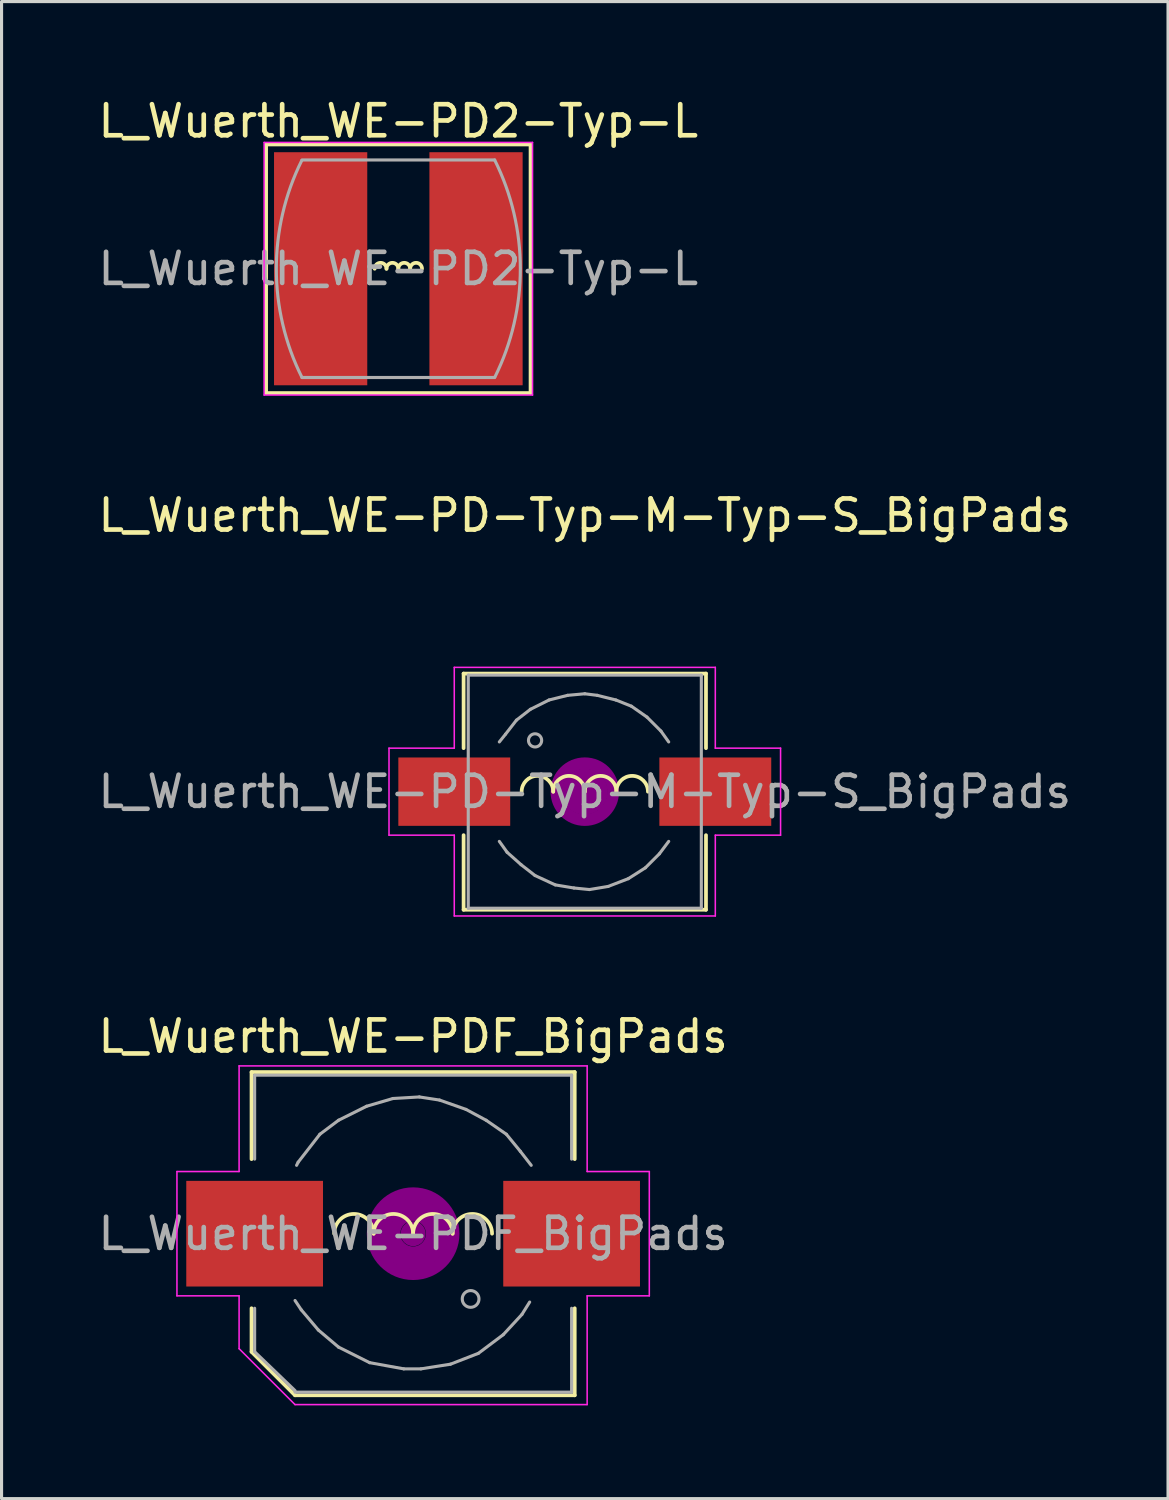
<source format=kicad_pcb>
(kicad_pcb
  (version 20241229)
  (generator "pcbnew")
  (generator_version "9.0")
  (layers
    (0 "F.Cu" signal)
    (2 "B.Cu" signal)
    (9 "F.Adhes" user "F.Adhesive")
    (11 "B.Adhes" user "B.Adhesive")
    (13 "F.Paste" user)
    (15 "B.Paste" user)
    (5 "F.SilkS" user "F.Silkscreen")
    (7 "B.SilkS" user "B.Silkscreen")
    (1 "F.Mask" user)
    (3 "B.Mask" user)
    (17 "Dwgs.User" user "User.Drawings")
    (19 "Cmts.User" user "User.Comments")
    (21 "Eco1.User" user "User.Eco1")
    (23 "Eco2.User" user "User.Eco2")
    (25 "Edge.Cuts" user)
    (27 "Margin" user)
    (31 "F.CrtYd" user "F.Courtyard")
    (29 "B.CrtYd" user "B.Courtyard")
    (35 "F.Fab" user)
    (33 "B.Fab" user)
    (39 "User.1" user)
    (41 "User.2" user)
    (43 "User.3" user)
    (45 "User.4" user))
  (footprint "L_Wuerth_WE-PD2-Typ-L"
    (layer "F.Cu")
    (at 9.768 5.598)
    (property "Reference" "L_Wuerth_WE-PD2-Typ-L" (at 0 -4.75 0) (layer "F.SilkS") (effects (font (size 1 1) (thickness 0.15))))
    (attr smd)
    (fp_line (start -4.255 -4) (end 4.255 -4) (stroke (width 0.12) (type solid)) (layer "F.SilkS"))
    (fp_line (start -4.255 4) (end -4.255 -4) (stroke (width 0.12) (type solid)) (layer "F.SilkS"))
    (fp_line (start 4.255 -4) (end 4.255 4) (stroke (width 0.12) (type solid)) (layer "F.SilkS"))
    (fp_line (start 4.255 4) (end -4.255 4) (stroke (width 0.12) (type solid)) (layer "F.SilkS"))
    (fp_arc (start -0.762 0) (mid -0.5715 -0.1905) (end -0.381 0) (stroke (width 0.12) (type solid)) (layer "F.SilkS"))
    (fp_arc (start -0.381 0) (mid -0.1905 -0.1905) (end 0 0) (stroke (width 0.12) (type solid)) (layer "F.SilkS"))
    (fp_arc (start 0 0) (mid 0.1905 -0.1905) (end 0.381 0) (stroke (width 0.12) (type solid)) (layer "F.SilkS"))
    (fp_arc (start 0.381 0) (mid 0.5715 -0.1905) (end 0.762 0) (stroke (width 0.12) (type solid)) (layer "F.SilkS"))
    (fp_line (start -4.318 -4.064) (end 4.318 -4.064) (stroke (width 0.05) (type solid)) (layer "F.CrtYd"))
    (fp_line (start -4.318 4.064) (end -4.318 -4.064) (stroke (width 0.05) (type solid)) (layer "F.CrtYd"))
    (fp_line (start 4.318 -4.064) (end 4.318 4.064) (stroke (width 0.05) (type solid)) (layer "F.CrtYd"))
    (fp_line (start 4.318 4.064) (end -4.318 4.064) (stroke (width 0.05) (type solid)) (layer "F.CrtYd"))
    (fp_line (start -3.1 3.5) (end 3.1 3.5) (stroke (width 0.1) (type solid)) (layer "F.Fab"))
    (fp_line (start 3.1 -3.5) (end -3.1 -3.5) (stroke (width 0.1) (type solid)) (layer "F.Fab"))
    (fp_arc (start -3.1 3.5) (mid -3.926233 0.008885) (end -3.107929 -3.484096) (stroke (width 0.1) (type solid)) (layer "F.Fab"))
    (fp_arc (start 3.1 -3.5) (mid 3.926233 -0.008885) (end 3.107929 3.484096) (stroke (width 0.1) (type solid)) (layer "F.Fab"))
    (fp_text user "${REFERENCE}" (at 0 0 0) (layer "F.Fab") (effects (font (size 1 1) (thickness 0.15))))
    (pad "1" smd rect (at -2.5 0) (size 3 7.5) (layers "F.Cu" "F.Mask" "F.Paste"))
    (pad "2" smd rect (at 2.5 0) (size 3 7.5) (layers "F.Cu" "F.Mask" "F.Paste")))
  (footprint "L_Wuerth_WE-PDF_BigPads"
    (layer "F.Cu")
    (at 10.244 36.649)
    (property "Reference" "L_Wuerth_WE-PDF_BigPads" (at 0 -6.35 0) (layer "F.SilkS") (effects (font (size 1 1) (thickness 0.15))))
    (attr smd)
    (fp_line (start -5.2 -5.2) (end 5.2 -5.2) (stroke (width 0.12) (type solid)) (layer "F.SilkS"))
    (fp_line (start -5.2 -2.4) (end -5.2 -5.2) (stroke (width 0.12) (type solid)) (layer "F.SilkS"))
    (fp_line (start -5.2 3.8) (end -5.2 2.4) (stroke (width 0.12) (type solid)) (layer "F.SilkS"))
    (fp_line (start -3.8 5.2) (end -5.2 3.8) (stroke (width 0.12) (type solid)) (layer "F.SilkS"))
    (fp_line (start 5.2 -5.2) (end 5.2 -2.4) (stroke (width 0.12) (type solid)) (layer "F.SilkS"))
    (fp_line (start 5.2 2.4) (end 5.2 5.2) (stroke (width 0.12) (type solid)) (layer "F.SilkS"))
    (fp_line (start 5.2 5.2) (end -3.8 5.2) (stroke (width 0.12) (type solid)) (layer "F.SilkS"))
    (fp_arc (start -2.54 0) (mid -1.905 -0.635) (end -1.27 0) (stroke (width 0.12) (type solid)) (layer "F.SilkS"))
    (fp_arc (start -1.27 0) (mid -0.635 -0.635) (end 0 0) (stroke (width 0.12) (type solid)) (layer "F.SilkS"))
    (fp_arc (start 0 0) (mid 0.635 -0.635) (end 1.27 0) (stroke (width 0.12) (type solid)) (layer "F.SilkS"))
    (fp_arc (start 1.27 0) (mid 1.905 -0.635) (end 2.54 0) (stroke (width 0.12) (type solid)) (layer "F.SilkS"))
    (fp_circle (center 0 0) (end 0.15 0.15) (stroke (width 0.38) (type solid)) (fill no) (layer "F.Adhes"))
    (fp_circle (center 0 0) (end 0.6 0.05) (stroke (width 0.38) (type solid)) (fill no) (layer "F.Adhes"))
    (fp_circle (center 0 0) (end 0.95 0) (stroke (width 0.38) (type solid)) (fill no) (layer "F.Adhes"))
    (fp_circle (center 0 0) (end 1.3 0.05) (stroke (width 0.38) (type solid)) (fill no) (layer "F.Adhes"))
    (fp_line (start -7.6 -2) (end -5.6 -2) (stroke (width 0.05) (type solid)) (layer "F.CrtYd"))
    (fp_line (start -7.6 2) (end -7.6 -2) (stroke (width 0.05) (type solid)) (layer "F.CrtYd"))
    (fp_line (start -5.6 -5.4) (end 5.6 -5.4) (stroke (width 0.05) (type solid)) (layer "F.CrtYd"))
    (fp_line (start -5.6 -2) (end -5.6 -5.4) (stroke (width 0.05) (type solid)) (layer "F.CrtYd"))
    (fp_line (start -5.6 2) (end -7.6 2) (stroke (width 0.05) (type solid)) (layer "F.CrtYd"))
    (fp_line (start -5.6 3.7) (end -5.6 2) (stroke (width 0.05) (type solid)) (layer "F.CrtYd"))
    (fp_line (start -3.8 5.5) (end -5.6 3.7) (stroke (width 0.05) (type solid)) (layer "F.CrtYd"))
    (fp_line (start 5.6 -5.4) (end 5.6 -2) (stroke (width 0.05) (type solid)) (layer "F.CrtYd"))
    (fp_line (start 5.6 -2) (end 7.6 -2) (stroke (width 0.05) (type solid)) (layer "F.CrtYd"))
    (fp_line (start 5.6 2) (end 5.6 5.5) (stroke (width 0.05) (type solid)) (layer "F.CrtYd"))
    (fp_line (start 5.6 5.5) (end -3.8 5.5) (stroke (width 0.05) (type solid)) (layer "F.CrtYd"))
    (fp_line (start 7.6 -2) (end 7.6 2) (stroke (width 0.05) (type solid)) (layer "F.CrtYd"))
    (fp_line (start 7.6 2) (end 5.6 2) (stroke (width 0.05) (type solid)) (layer "F.CrtYd"))
    (fp_line (start -5.1 -5.1) (end -5.1 -2.4) (stroke (width 0.1) (type solid)) (layer "F.Fab"))
    (fp_line (start -5.1 2.4) (end -5.1 3.8) (stroke (width 0.1) (type solid)) (layer "F.Fab"))
    (fp_line (start -5.1 3.8) (end -3.8 5.05) (stroke (width 0.1) (type solid)) (layer "F.Fab"))
    (fp_line (start -3.8 2.15) (end -3.6 2.45) (stroke (width 0.1) (type solid)) (layer "F.Fab"))
    (fp_line (start -3.7 -2.3) (end -3.75 -2.2) (stroke (width 0.1) (type solid)) (layer "F.Fab"))
    (fp_line (start -3.6 2.45) (end -3.05 3.1) (stroke (width 0.1) (type solid)) (layer "F.Fab"))
    (fp_line (start -3.05 3.1) (end -2.4 3.65) (stroke (width 0.1) (type solid)) (layer "F.Fab"))
    (fp_line (start -3 -3.2) (end -3.7 -2.3) (stroke (width 0.1) (type solid)) (layer "F.Fab"))
    (fp_line (start -2.4 -3.65) (end -3 -3.2) (stroke (width 0.1) (type solid)) (layer "F.Fab"))
    (fp_line (start -2.4 3.65) (end -1.4 4.15) (stroke (width 0.1) (type solid)) (layer "F.Fab"))
    (fp_line (start -1.5 -4.1) (end -2.4 -3.65) (stroke (width 0.1) (type solid)) (layer "F.Fab"))
    (fp_line (start -1.4 4.15) (end -0.3 4.35) (stroke (width 0.1) (type solid)) (layer "F.Fab"))
    (fp_line (start -0.65 -4.35) (end -1.5 -4.1) (stroke (width 0.1) (type solid)) (layer "F.Fab"))
    (fp_line (start -0.3 4.35) (end 0.25 4.35) (stroke (width 0.1) (type solid)) (layer "F.Fab"))
    (fp_line (start 0.2 -4.4) (end -0.65 -4.35) (stroke (width 0.1) (type solid)) (layer "F.Fab"))
    (fp_line (start 0.25 4.35) (end 1.2 4.2) (stroke (width 0.1) (type solid)) (layer "F.Fab"))
    (fp_line (start 0.85 -4.3) (end 0.2 -4.4) (stroke (width 0.1) (type solid)) (layer "F.Fab"))
    (fp_line (start 1.2 4.2) (end 2.1 3.85) (stroke (width 0.1) (type solid)) (layer "F.Fab"))
    (fp_line (start 1.7 -4) (end 0.85 -4.3) (stroke (width 0.1) (type solid)) (layer "F.Fab"))
    (fp_line (start 2.1 3.85) (end 2.9 3.25) (stroke (width 0.1) (type solid)) (layer "F.Fab"))
    (fp_line (start 2.35 -3.65) (end 1.7 -4) (stroke (width 0.1) (type solid)) (layer "F.Fab"))
    (fp_line (start 2.9 3.25) (end 3.5 2.6) (stroke (width 0.1) (type solid)) (layer "F.Fab"))
    (fp_line (start 3 -3.2) (end 2.35 -3.65) (stroke (width 0.1) (type solid)) (layer "F.Fab"))
    (fp_line (start 3.45 -2.65) (end 3 -3.2) (stroke (width 0.1) (type solid)) (layer "F.Fab"))
    (fp_line (start 3.5 2.6) (end 3.75 2.2) (stroke (width 0.1) (type solid)) (layer "F.Fab"))
    (fp_line (start 3.8 -2.2) (end 3.45 -2.65) (stroke (width 0.1) (type solid)) (layer "F.Fab"))
    (fp_line (start 5.1 -5.1) (end -5.1 -5.1) (stroke (width 0.1) (type solid)) (layer "F.Fab"))
    (fp_line (start 5.1 -5.1) (end 5.1 -2.4) (stroke (width 0.1) (type solid)) (layer "F.Fab"))
    (fp_line (start 5.1 5.1) (end -3.8 5.1) (stroke (width 0.1) (type solid)) (layer "F.Fab"))
    (fp_line (start 5.1 5.1) (end 5.1 2.4) (stroke (width 0.1) (type solid)) (layer "F.Fab"))
    (fp_circle (center 1.85 2.1) (end 2.1 2.2) (stroke (width 0.1) (type solid)) (fill no) (layer "F.Fab"))
    (fp_text user "${REFERENCE}" (at 0 0 0) (layer "F.Fab") (effects (font (size 1 1) (thickness 0.15))))
    (pad "1" smd rect (at -5.1 0) (size 4.4 3.4) (layers "F.Cu" "F.Mask" "F.Paste"))
    (pad "2" smd rect (at 5.1 0) (size 4.4 3.4) (layers "F.Cu" "F.Mask" "F.Paste")))
  (footprint "L_Wuerth_WE-PD-Typ-M-Typ-S_BigPads"
    (layer "F.Cu")
    (at 15.768 22.425)
    (property "Reference" "L_Wuerth_WE-PD-Typ-M-Typ-S_BigPads" (at 0 -8.89 0) (layer "F.SilkS") (effects (font (size 1 1) (thickness 0.15))))
    (attr smd)
    (fp_line (start -3.9 -1.4) (end -3.9 -3.8) (stroke (width 0.12) (type solid)) (layer "F.SilkS"))
    (fp_line (start -3.9 1.4) (end -3.9 3.8) (stroke (width 0.12) (type solid)) (layer "F.SilkS"))
    (fp_line (start -3.9 3.8) (end 3.9 3.8) (stroke (width 0.12) (type solid)) (layer "F.SilkS"))
    (fp_line (start 3.9 -3.8) (end -3.9 -3.8) (stroke (width 0.12) (type solid)) (layer "F.SilkS"))
    (fp_line (start 3.9 -1.4) (end 3.9 -3.8) (stroke (width 0.12) (type solid)) (layer "F.SilkS"))
    (fp_line (start 3.9 3.8) (end 3.9 1.4) (stroke (width 0.12) (type solid)) (layer "F.SilkS"))
    (fp_arc (start -2.032 0) (mid -1.524 -0.508) (end -1.016 0) (stroke (width 0.12) (type solid)) (layer "F.SilkS"))
    (fp_arc (start -1.016 0) (mid -0.508 -0.508) (end 0 0) (stroke (width 0.12) (type solid)) (layer "F.SilkS"))
    (fp_arc (start 0 0) (mid 0.508 -0.508) (end 1.016 0) (stroke (width 0.12) (type solid)) (layer "F.SilkS"))
    (fp_arc (start 1.016 0) (mid 1.524 -0.508) (end 2.032 0) (stroke (width 0.12) (type solid)) (layer "F.SilkS"))
    (fp_circle (center 0 0) (end 0.15 0.15) (stroke (width 0.38) (type solid)) (fill no) (layer "F.Adhes"))
    (fp_circle (center 0 0) (end 0.55 0.05) (stroke (width 0.38) (type solid)) (fill no) (layer "F.Adhes"))
    (fp_circle (center 0 0) (end 0.9 0.15) (stroke (width 0.38) (type solid)) (fill no) (layer "F.Adhes"))
    (fp_line (start -6.3 -1.4) (end -6.3 1.4) (stroke (width 0.05) (type solid)) (layer "F.CrtYd"))
    (fp_line (start -6.3 1.4) (end -4.2 1.4) (stroke (width 0.05) (type solid)) (layer "F.CrtYd"))
    (fp_line (start -4.2 -4) (end -4.2 -1.4) (stroke (width 0.05) (type solid)) (layer "F.CrtYd"))
    (fp_line (start -4.2 -1.4) (end -6.3 -1.4) (stroke (width 0.05) (type solid)) (layer "F.CrtYd"))
    (fp_line (start -4.2 1.4) (end -4.2 4) (stroke (width 0.05) (type solid)) (layer "F.CrtYd"))
    (fp_line (start -4.2 4) (end 4.2 4) (stroke (width 0.05) (type solid)) (layer "F.CrtYd"))
    (fp_line (start 4.2 -4) (end -4.2 -4) (stroke (width 0.05) (type solid)) (layer "F.CrtYd"))
    (fp_line (start 4.2 -1.4) (end 4.2 -4) (stroke (width 0.05) (type solid)) (layer "F.CrtYd"))
    (fp_line (start 4.2 1.4) (end 6.3 1.4) (stroke (width 0.05) (type solid)) (layer "F.CrtYd"))
    (fp_line (start 4.2 4) (end 4.2 1.4) (stroke (width 0.05) (type solid)) (layer "F.CrtYd"))
    (fp_line (start 6.3 -1.4) (end 4.2 -1.4) (stroke (width 0.05) (type solid)) (layer "F.CrtYd"))
    (fp_line (start 6.3 1.4) (end 6.3 -1.4) (stroke (width 0.05) (type solid)) (layer "F.CrtYd"))
    (fp_line (start -3.75 -3.75) (end -3.75 3.75) (stroke (width 0.1) (type solid)) (layer "F.Fab"))
    (fp_line (start -3.75 3.75) (end 3.75 3.75) (stroke (width 0.1) (type solid)) (layer "F.Fab"))
    (fp_line (start -2.75 1.6) (end -2.5 1.95) (stroke (width 0.1) (type solid)) (layer "F.Fab"))
    (fp_line (start -2.55 -1.85) (end -2.75 -1.6) (stroke (width 0.1) (type solid)) (layer "F.Fab"))
    (fp_line (start -2.5 1.95) (end -2.05 2.35) (stroke (width 0.1) (type solid)) (layer "F.Fab"))
    (fp_line (start -2.2 -2.3) (end -2.55 -1.85) (stroke (width 0.1) (type solid)) (layer "F.Fab"))
    (fp_line (start -2.05 2.35) (end -1.6 2.7) (stroke (width 0.1) (type solid)) (layer "F.Fab"))
    (fp_line (start -1.75 -2.65) (end -2.2 -2.3) (stroke (width 0.1) (type solid)) (layer "F.Fab"))
    (fp_line (start -1.6 2.7) (end -0.95 3) (stroke (width 0.1) (type solid)) (layer "F.Fab"))
    (fp_line (start -1.15 -2.95) (end -1.75 -2.65) (stroke (width 0.1) (type solid)) (layer "F.Fab"))
    (fp_line (start -0.95 3) (end -0.35 3.1) (stroke (width 0.1) (type solid)) (layer "F.Fab"))
    (fp_line (start -0.55 -3.1) (end -1.15 -2.95) (stroke (width 0.1) (type solid)) (layer "F.Fab"))
    (fp_line (start -0.35 3.1) (end 0.15 3.15) (stroke (width 0.1) (type solid)) (layer "F.Fab"))
    (fp_line (start 0 -3.15) (end -0.55 -3.1) (stroke (width 0.1) (type solid)) (layer "F.Fab"))
    (fp_line (start 0.15 3.15) (end 0.75 3.05) (stroke (width 0.1) (type solid)) (layer "F.Fab"))
    (fp_line (start 0.4 -3.1) (end 0 -3.15) (stroke (width 0.1) (type solid)) (layer "F.Fab"))
    (fp_line (start 0.75 3.05) (end 1.4 2.8) (stroke (width 0.1) (type solid)) (layer "F.Fab"))
    (fp_line (start 1 -2.95) (end 0.4 -3.1) (stroke (width 0.1) (type solid)) (layer "F.Fab"))
    (fp_line (start 1.4 2.8) (end 1.95 2.45) (stroke (width 0.1) (type solid)) (layer "F.Fab"))
    (fp_line (start 1.5 -2.75) (end 1 -2.95) (stroke (width 0.1) (type solid)) (layer "F.Fab"))
    (fp_line (start 1.95 2.45) (end 2.4 2) (stroke (width 0.1) (type solid)) (layer "F.Fab"))
    (fp_line (start 2 -2.4) (end 1.5 -2.75) (stroke (width 0.1) (type solid)) (layer "F.Fab"))
    (fp_line (start 2.4 2) (end 2.7 1.6) (stroke (width 0.1) (type solid)) (layer "F.Fab"))
    (fp_line (start 2.45 -1.95) (end 2 -2.4) (stroke (width 0.1) (type solid)) (layer "F.Fab"))
    (fp_line (start 2.7 -1.6) (end 2.45 -1.95) (stroke (width 0.1) (type solid)) (layer "F.Fab"))
    (fp_line (start 3.75 -3.75) (end -3.75 -3.75) (stroke (width 0.1) (type solid)) (layer "F.Fab"))
    (fp_line (start 3.75 3.75) (end 3.75 -3.75) (stroke (width 0.1) (type solid)) (layer "F.Fab"))
    (fp_circle (center -1.6 -1.65) (end -1.45 -1.5) (stroke (width 0.1) (type solid)) (fill no) (layer "F.Fab"))
    (fp_text user "${REFERENCE}" (at 0 0 0) (layer "F.Fab") (effects (font (size 1 1) (thickness 0.15))))
    (pad "1" smd rect (at -4.2 0) (size 3.6 2.2) (layers "F.Cu" "F.Mask" "F.Paste"))
    (pad "2" smd rect (at 4.2 0) (size 3.6 2.2) (layers "F.Cu" "F.Mask" "F.Paste")))
  (gr_rect
    (start -3 -3)
    (end 34.536 45.174)
    (stroke (width 0.1) (type default))
    (fill no)
    (layer "Edge.Cuts")))
</source>
